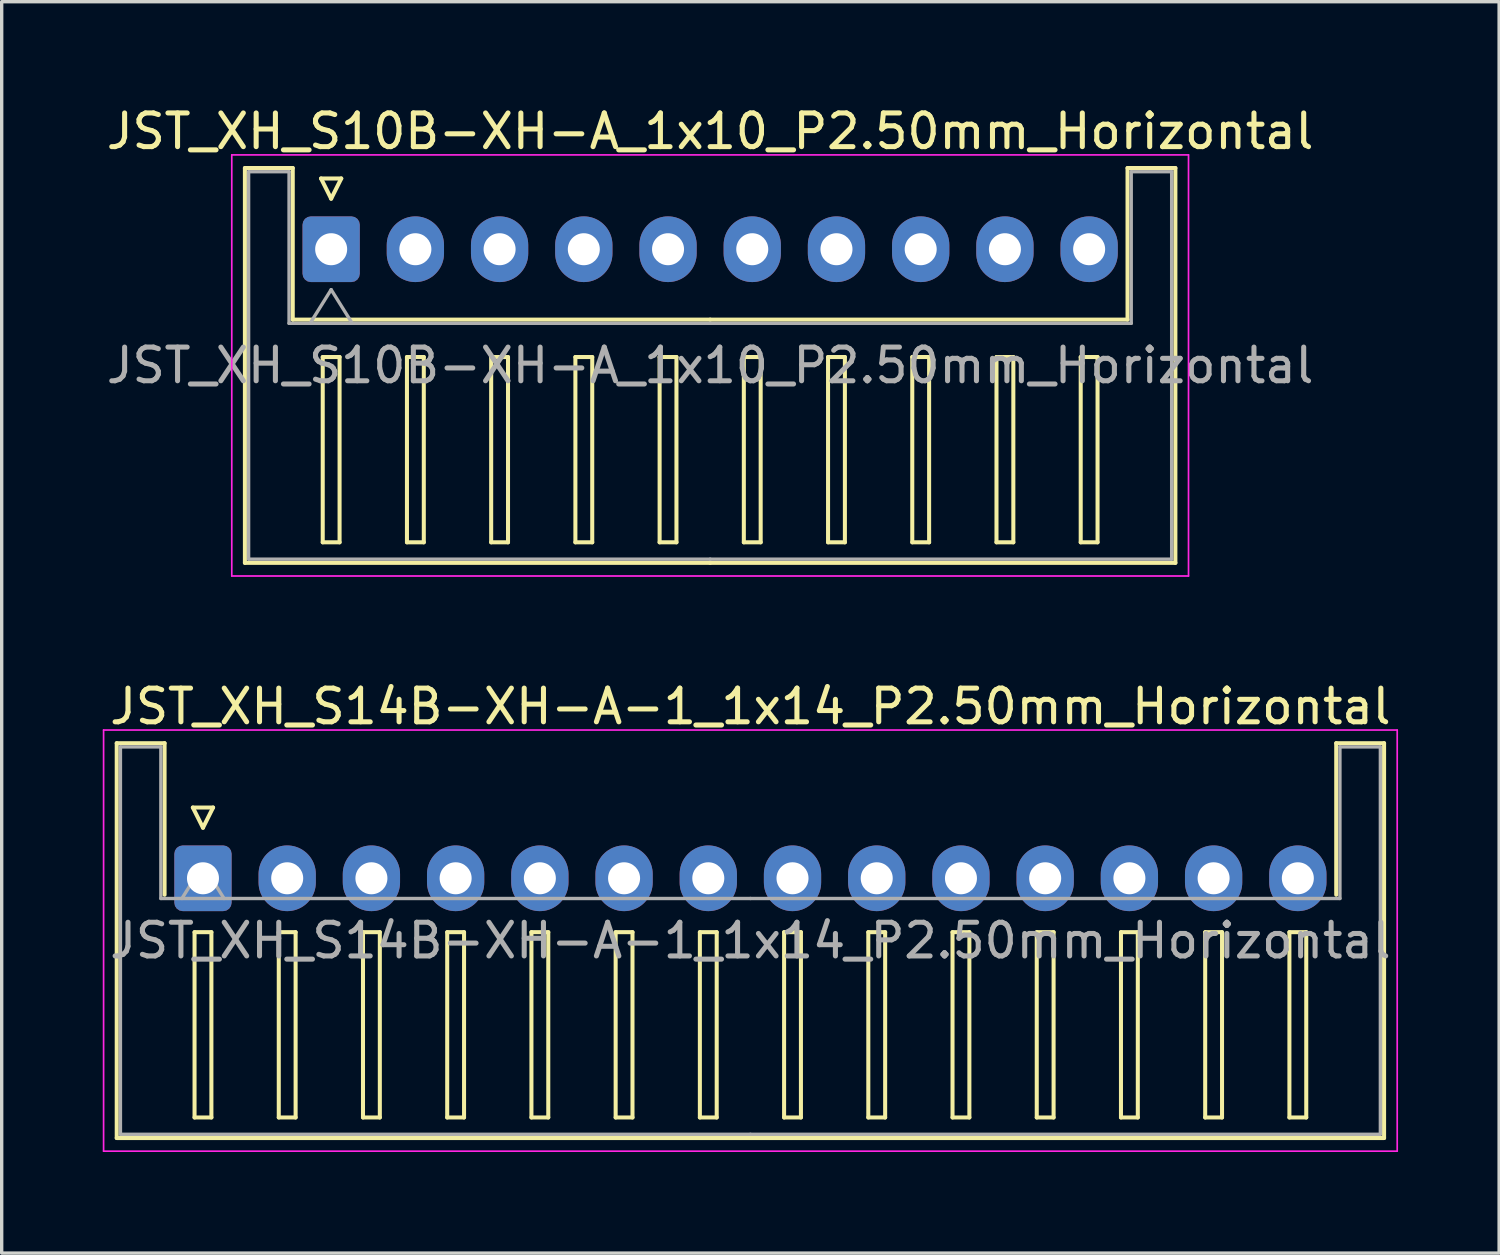
<source format=kicad_pcb>
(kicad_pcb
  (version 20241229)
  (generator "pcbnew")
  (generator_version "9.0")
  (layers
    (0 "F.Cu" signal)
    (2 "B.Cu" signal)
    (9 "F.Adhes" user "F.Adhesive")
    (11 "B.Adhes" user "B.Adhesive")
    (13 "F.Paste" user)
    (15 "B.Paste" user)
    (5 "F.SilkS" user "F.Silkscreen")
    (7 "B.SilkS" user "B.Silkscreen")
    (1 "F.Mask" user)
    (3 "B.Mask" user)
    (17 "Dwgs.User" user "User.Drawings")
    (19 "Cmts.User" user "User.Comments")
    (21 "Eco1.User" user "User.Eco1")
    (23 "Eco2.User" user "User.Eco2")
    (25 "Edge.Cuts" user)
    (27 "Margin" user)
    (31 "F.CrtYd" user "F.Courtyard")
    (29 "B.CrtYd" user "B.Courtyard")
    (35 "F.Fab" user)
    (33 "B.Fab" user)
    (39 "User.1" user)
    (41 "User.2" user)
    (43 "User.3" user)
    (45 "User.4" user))
  (footprint "JST_XH_S14B-XH-A-1_1x14_P2.50mm_Horizontal"
    (layer "F.Cu")
    (at 2.975 23.021)
    (property "Reference" "JST_XH_S14B-XH-A-1_1x14_P2.50mm_Horizontal" (at 16.25 -5.1 0) (layer "F.SilkS") (effects (font (size 1 1) (thickness 0.15))))
    (attr through_hole)
    (fp_line (start -2.56 -4.01) (end -1.14 -4.01) (stroke (width 0.12) (type solid)) (layer "F.SilkS"))
    (fp_line (start -2.56 7.71) (end -2.56 -4.01) (stroke (width 0.12) (type solid)) (layer "F.SilkS"))
    (fp_line (start -1.14 -4.01) (end -1.14 0.49) (stroke (width 0.12) (type solid)) (layer "F.SilkS"))
    (fp_line (start -0.3 -2.1) (end 0.3 -2.1) (stroke (width 0.12) (type solid)) (layer "F.SilkS"))
    (fp_line (start -0.25 1.6) (end -0.25 7.1) (stroke (width 0.12) (type solid)) (layer "F.SilkS"))
    (fp_line (start -0.25 7.1) (end 0.25 7.1) (stroke (width 0.12) (type solid)) (layer "F.SilkS"))
    (fp_line (start 0 -1.5) (end -0.3 -2.1) (stroke (width 0.12) (type solid)) (layer "F.SilkS"))
    (fp_line (start 0.25 1.6) (end -0.25 1.6) (stroke (width 0.12) (type solid)) (layer "F.SilkS"))
    (fp_line (start 0.25 7.1) (end 0.25 1.6) (stroke (width 0.12) (type solid)) (layer "F.SilkS"))
    (fp_line (start 0.3 -2.1) (end 0 -1.5) (stroke (width 0.12) (type solid)) (layer "F.SilkS"))
    (fp_line (start 2.25 1.6) (end 2.25 7.1) (stroke (width 0.12) (type solid)) (layer "F.SilkS"))
    (fp_line (start 2.25 7.1) (end 2.75 7.1) (stroke (width 0.12) (type solid)) (layer "F.SilkS"))
    (fp_line (start 2.75 1.6) (end 2.25 1.6) (stroke (width 0.12) (type solid)) (layer "F.SilkS"))
    (fp_line (start 2.75 7.1) (end 2.75 1.6) (stroke (width 0.12) (type solid)) (layer "F.SilkS"))
    (fp_line (start 4.75 1.6) (end 4.75 7.1) (stroke (width 0.12) (type solid)) (layer "F.SilkS"))
    (fp_line (start 4.75 7.1) (end 5.25 7.1) (stroke (width 0.12) (type solid)) (layer "F.SilkS"))
    (fp_line (start 5.25 1.6) (end 4.75 1.6) (stroke (width 0.12) (type solid)) (layer "F.SilkS"))
    (fp_line (start 5.25 7.1) (end 5.25 1.6) (stroke (width 0.12) (type solid)) (layer "F.SilkS"))
    (fp_line (start 7.25 1.6) (end 7.25 7.1) (stroke (width 0.12) (type solid)) (layer "F.SilkS"))
    (fp_line (start 7.25 7.1) (end 7.75 7.1) (stroke (width 0.12) (type solid)) (layer "F.SilkS"))
    (fp_line (start 7.75 1.6) (end 7.25 1.6) (stroke (width 0.12) (type solid)) (layer "F.SilkS"))
    (fp_line (start 7.75 7.1) (end 7.75 1.6) (stroke (width 0.12) (type solid)) (layer "F.SilkS"))
    (fp_line (start 9.75 1.6) (end 9.75 7.1) (stroke (width 0.12) (type solid)) (layer "F.SilkS"))
    (fp_line (start 9.75 7.1) (end 10.25 7.1) (stroke (width 0.12) (type solid)) (layer "F.SilkS"))
    (fp_line (start 10.25 1.6) (end 9.75 1.6) (stroke (width 0.12) (type solid)) (layer "F.SilkS"))
    (fp_line (start 10.25 7.1) (end 10.25 1.6) (stroke (width 0.12) (type solid)) (layer "F.SilkS"))
    (fp_line (start 12.25 1.6) (end 12.25 7.1) (stroke (width 0.12) (type solid)) (layer "F.SilkS"))
    (fp_line (start 12.25 7.1) (end 12.75 7.1) (stroke (width 0.12) (type solid)) (layer "F.SilkS"))
    (fp_line (start 12.75 1.6) (end 12.25 1.6) (stroke (width 0.12) (type solid)) (layer "F.SilkS"))
    (fp_line (start 12.75 7.1) (end 12.75 1.6) (stroke (width 0.12) (type solid)) (layer "F.SilkS"))
    (fp_line (start 14.75 1.6) (end 14.75 7.1) (stroke (width 0.12) (type solid)) (layer "F.SilkS"))
    (fp_line (start 14.75 7.1) (end 15.25 7.1) (stroke (width 0.12) (type solid)) (layer "F.SilkS"))
    (fp_line (start 15.25 1.6) (end 14.75 1.6) (stroke (width 0.12) (type solid)) (layer "F.SilkS"))
    (fp_line (start 15.25 7.1) (end 15.25 1.6) (stroke (width 0.12) (type solid)) (layer "F.SilkS"))
    (fp_line (start 16.25 7.71) (end -2.56 7.71) (stroke (width 0.12) (type solid)) (layer "F.SilkS"))
    (fp_line (start 16.25 7.71) (end 35.06 7.71) (stroke (width 0.12) (type solid)) (layer "F.SilkS"))
    (fp_line (start 17.25 1.6) (end 17.25 7.1) (stroke (width 0.12) (type solid)) (layer "F.SilkS"))
    (fp_line (start 17.25 7.1) (end 17.75 7.1) (stroke (width 0.12) (type solid)) (layer "F.SilkS"))
    (fp_line (start 17.75 1.6) (end 17.25 1.6) (stroke (width 0.12) (type solid)) (layer "F.SilkS"))
    (fp_line (start 17.75 7.1) (end 17.75 1.6) (stroke (width 0.12) (type solid)) (layer "F.SilkS"))
    (fp_line (start 19.75 1.6) (end 19.75 7.1) (stroke (width 0.12) (type solid)) (layer "F.SilkS"))
    (fp_line (start 19.75 7.1) (end 20.25 7.1) (stroke (width 0.12) (type solid)) (layer "F.SilkS"))
    (fp_line (start 20.25 1.6) (end 19.75 1.6) (stroke (width 0.12) (type solid)) (layer "F.SilkS"))
    (fp_line (start 20.25 7.1) (end 20.25 1.6) (stroke (width 0.12) (type solid)) (layer "F.SilkS"))
    (fp_line (start 22.25 1.6) (end 22.25 7.1) (stroke (width 0.12) (type solid)) (layer "F.SilkS"))
    (fp_line (start 22.25 7.1) (end 22.75 7.1) (stroke (width 0.12) (type solid)) (layer "F.SilkS"))
    (fp_line (start 22.75 1.6) (end 22.25 1.6) (stroke (width 0.12) (type solid)) (layer "F.SilkS"))
    (fp_line (start 22.75 7.1) (end 22.75 1.6) (stroke (width 0.12) (type solid)) (layer "F.SilkS"))
    (fp_line (start 24.75 1.6) (end 24.75 7.1) (stroke (width 0.12) (type solid)) (layer "F.SilkS"))
    (fp_line (start 24.75 7.1) (end 25.25 7.1) (stroke (width 0.12) (type solid)) (layer "F.SilkS"))
    (fp_line (start 25.25 1.6) (end 24.75 1.6) (stroke (width 0.12) (type solid)) (layer "F.SilkS"))
    (fp_line (start 25.25 7.1) (end 25.25 1.6) (stroke (width 0.12) (type solid)) (layer "F.SilkS"))
    (fp_line (start 27.25 1.6) (end 27.25 7.1) (stroke (width 0.12) (type solid)) (layer "F.SilkS"))
    (fp_line (start 27.25 7.1) (end 27.75 7.1) (stroke (width 0.12) (type solid)) (layer "F.SilkS"))
    (fp_line (start 27.75 1.6) (end 27.25 1.6) (stroke (width 0.12) (type solid)) (layer "F.SilkS"))
    (fp_line (start 27.75 7.1) (end 27.75 1.6) (stroke (width 0.12) (type solid)) (layer "F.SilkS"))
    (fp_line (start 29.75 1.6) (end 29.75 7.1) (stroke (width 0.12) (type solid)) (layer "F.SilkS"))
    (fp_line (start 29.75 7.1) (end 30.25 7.1) (stroke (width 0.12) (type solid)) (layer "F.SilkS"))
    (fp_line (start 30.25 1.6) (end 29.75 1.6) (stroke (width 0.12) (type solid)) (layer "F.SilkS"))
    (fp_line (start 30.25 7.1) (end 30.25 1.6) (stroke (width 0.12) (type solid)) (layer "F.SilkS"))
    (fp_line (start 32.25 1.6) (end 32.25 7.1) (stroke (width 0.12) (type solid)) (layer "F.SilkS"))
    (fp_line (start 32.25 7.1) (end 32.75 7.1) (stroke (width 0.12) (type solid)) (layer "F.SilkS"))
    (fp_line (start 32.75 1.6) (end 32.25 1.6) (stroke (width 0.12) (type solid)) (layer "F.SilkS"))
    (fp_line (start 32.75 7.1) (end 32.75 1.6) (stroke (width 0.12) (type solid)) (layer "F.SilkS"))
    (fp_line (start 33.64 -4.01) (end 33.64 0.49) (stroke (width 0.12) (type solid)) (layer "F.SilkS"))
    (fp_line (start 35.06 -4.01) (end 33.64 -4.01) (stroke (width 0.12) (type solid)) (layer "F.SilkS"))
    (fp_line (start 35.06 7.71) (end 35.06 -4.01) (stroke (width 0.12) (type solid)) (layer "F.SilkS"))
    (fp_line (start -2.95 -4.4) (end -2.95 8.1) (stroke (width 0.05) (type solid)) (layer "F.CrtYd"))
    (fp_line (start -2.95 8.1) (end 35.45 8.1) (stroke (width 0.05) (type solid)) (layer "F.CrtYd"))
    (fp_line (start 35.45 -4.4) (end -2.95 -4.4) (stroke (width 0.05) (type solid)) (layer "F.CrtYd"))
    (fp_line (start 35.45 8.1) (end 35.45 -4.4) (stroke (width 0.05) (type solid)) (layer "F.CrtYd"))
    (fp_line (start -2.45 -3.9) (end -1.25 -3.9) (stroke (width 0.1) (type solid)) (layer "F.Fab"))
    (fp_line (start -2.45 7.6) (end -2.45 -3.9) (stroke (width 0.1) (type solid)) (layer "F.Fab"))
    (fp_line (start -1.25 -3.9) (end -1.25 0.6) (stroke (width 0.1) (type solid)) (layer "F.Fab"))
    (fp_line (start -1.25 0.6) (end 16.25 0.6) (stroke (width 0.1) (type solid)) (layer "F.Fab"))
    (fp_line (start -0.625 0.6) (end 0 -0.4) (stroke (width 0.1) (type solid)) (layer "F.Fab"))
    (fp_line (start 0 -0.4) (end 0.625 0.6) (stroke (width 0.1) (type solid)) (layer "F.Fab"))
    (fp_line (start 16.25 7.6) (end -2.45 7.6) (stroke (width 0.1) (type solid)) (layer "F.Fab"))
    (fp_line (start 16.25 7.6) (end 34.95 7.6) (stroke (width 0.1) (type solid)) (layer "F.Fab"))
    (fp_line (start 33.75 -3.9) (end 33.75 0.6) (stroke (width 0.1) (type solid)) (layer "F.Fab"))
    (fp_line (start 33.75 0.6) (end 16.25 0.6) (stroke (width 0.1) (type solid)) (layer "F.Fab"))
    (fp_line (start 34.95 -3.9) (end 33.75 -3.9) (stroke (width 0.1) (type solid)) (layer "F.Fab"))
    (fp_line (start 34.95 7.6) (end 34.95 -3.9) (stroke (width 0.1) (type solid)) (layer "F.Fab"))
    (fp_text user "${REFERENCE}" (at 16.25 1.85 0) (layer "F.Fab") (effects (font (size 1 1) (thickness 0.15))))
    (pad "1" thru_hole roundrect (at 0 0) (size 1.7 1.95) (drill 0.95) (layers "*.Cu" "*.Mask") (roundrect_rratio 0.147))
    (pad "2" thru_hole oval (at 2.5 0) (size 1.7 1.95) (drill 0.95) (layers "*.Cu" "*.Mask"))
    (pad "3" thru_hole oval (at 5 0) (size 1.7 1.95) (drill 0.95) (layers "*.Cu" "*.Mask"))
    (pad "4" thru_hole oval (at 7.5 0) (size 1.7 1.95) (drill 0.95) (layers "*.Cu" "*.Mask"))
    (pad "5" thru_hole oval (at 10 0) (size 1.7 1.95) (drill 0.95) (layers "*.Cu" "*.Mask"))
    (pad "6" thru_hole oval (at 12.5 0) (size 1.7 1.95) (drill 0.95) (layers "*.Cu" "*.Mask"))
    (pad "7" thru_hole oval (at 15 0) (size 1.7 1.95) (drill 0.95) (layers "*.Cu" "*.Mask"))
    (pad "8" thru_hole oval (at 17.5 0) (size 1.7 1.95) (drill 0.95) (layers "*.Cu" "*.Mask"))
    (pad "9" thru_hole oval (at 20 0) (size 1.7 1.95) (drill 0.95) (layers "*.Cu" "*.Mask"))
    (pad "10" thru_hole oval (at 22.5 0) (size 1.7 1.95) (drill 0.95) (layers "*.Cu" "*.Mask"))
    (pad "11" thru_hole oval (at 25 0) (size 1.7 1.95) (drill 0.95) (layers "*.Cu" "*.Mask"))
    (pad "12" thru_hole oval (at 27.5 0) (size 1.7 1.95) (drill 0.95) (layers "*.Cu" "*.Mask"))
    (pad "13" thru_hole oval (at 30 0) (size 1.7 1.95) (drill 0.95) (layers "*.Cu" "*.Mask"))
    (pad "14" thru_hole oval (at 32.5 0) (size 1.7 1.95) (drill 0.95) (layers "*.Cu" "*.Mask")))
  (footprint "JST_XH_S10B-XH-A_1x10_P2.50mm_Horizontal"
    (layer "F.Cu")
    (at 6.78 4.348)
    (property "Reference" "JST_XH_S10B-XH-A_1x10_P2.50mm_Horizontal" (at 11.25 -3.5 0) (layer "F.SilkS") (effects (font (size 1 1) (thickness 0.15))))
    (attr through_hole)
    (fp_line (start -2.56 -2.41) (end -1.14 -2.41) (stroke (width 0.12) (type solid)) (layer "F.SilkS"))
    (fp_line (start -2.56 9.31) (end -2.56 -2.41) (stroke (width 0.12) (type solid)) (layer "F.SilkS"))
    (fp_line (start -1.14 -2.41) (end -1.14 2.09) (stroke (width 0.12) (type solid)) (layer "F.SilkS"))
    (fp_line (start -1.14 2.09) (end 11.25 2.09) (stroke (width 0.12) (type solid)) (layer "F.SilkS"))
    (fp_line (start -0.3 -2.1) (end 0.3 -2.1) (stroke (width 0.12) (type solid)) (layer "F.SilkS"))
    (fp_line (start -0.25 3.2) (end -0.25 8.7) (stroke (width 0.12) (type solid)) (layer "F.SilkS"))
    (fp_line (start -0.25 8.7) (end 0.25 8.7) (stroke (width 0.12) (type solid)) (layer "F.SilkS"))
    (fp_line (start 0 -1.5) (end -0.3 -2.1) (stroke (width 0.12) (type solid)) (layer "F.SilkS"))
    (fp_line (start 0.25 3.2) (end -0.25 3.2) (stroke (width 0.12) (type solid)) (layer "F.SilkS"))
    (fp_line (start 0.25 8.7) (end 0.25 3.2) (stroke (width 0.12) (type solid)) (layer "F.SilkS"))
    (fp_line (start 0.3 -2.1) (end 0 -1.5) (stroke (width 0.12) (type solid)) (layer "F.SilkS"))
    (fp_line (start 2.25 3.2) (end 2.25 8.7) (stroke (width 0.12) (type solid)) (layer "F.SilkS"))
    (fp_line (start 2.25 8.7) (end 2.75 8.7) (stroke (width 0.12) (type solid)) (layer "F.SilkS"))
    (fp_line (start 2.75 3.2) (end 2.25 3.2) (stroke (width 0.12) (type solid)) (layer "F.SilkS"))
    (fp_line (start 2.75 8.7) (end 2.75 3.2) (stroke (width 0.12) (type solid)) (layer "F.SilkS"))
    (fp_line (start 4.75 3.2) (end 4.75 8.7) (stroke (width 0.12) (type solid)) (layer "F.SilkS"))
    (fp_line (start 4.75 8.7) (end 5.25 8.7) (stroke (width 0.12) (type solid)) (layer "F.SilkS"))
    (fp_line (start 5.25 3.2) (end 4.75 3.2) (stroke (width 0.12) (type solid)) (layer "F.SilkS"))
    (fp_line (start 5.25 8.7) (end 5.25 3.2) (stroke (width 0.12) (type solid)) (layer "F.SilkS"))
    (fp_line (start 7.25 3.2) (end 7.25 8.7) (stroke (width 0.12) (type solid)) (layer "F.SilkS"))
    (fp_line (start 7.25 8.7) (end 7.75 8.7) (stroke (width 0.12) (type solid)) (layer "F.SilkS"))
    (fp_line (start 7.75 3.2) (end 7.25 3.2) (stroke (width 0.12) (type solid)) (layer "F.SilkS"))
    (fp_line (start 7.75 8.7) (end 7.75 3.2) (stroke (width 0.12) (type solid)) (layer "F.SilkS"))
    (fp_line (start 9.75 3.2) (end 9.75 8.7) (stroke (width 0.12) (type solid)) (layer "F.SilkS"))
    (fp_line (start 9.75 8.7) (end 10.25 8.7) (stroke (width 0.12) (type solid)) (layer "F.SilkS"))
    (fp_line (start 10.25 3.2) (end 9.75 3.2) (stroke (width 0.12) (type solid)) (layer "F.SilkS"))
    (fp_line (start 10.25 8.7) (end 10.25 3.2) (stroke (width 0.12) (type solid)) (layer "F.SilkS"))
    (fp_line (start 11.25 9.31) (end -2.56 9.31) (stroke (width 0.12) (type solid)) (layer "F.SilkS"))
    (fp_line (start 11.25 9.31) (end 25.06 9.31) (stroke (width 0.12) (type solid)) (layer "F.SilkS"))
    (fp_line (start 12.25 3.2) (end 12.25 8.7) (stroke (width 0.12) (type solid)) (layer "F.SilkS"))
    (fp_line (start 12.25 8.7) (end 12.75 8.7) (stroke (width 0.12) (type solid)) (layer "F.SilkS"))
    (fp_line (start 12.75 3.2) (end 12.25 3.2) (stroke (width 0.12) (type solid)) (layer "F.SilkS"))
    (fp_line (start 12.75 8.7) (end 12.75 3.2) (stroke (width 0.12) (type solid)) (layer "F.SilkS"))
    (fp_line (start 14.75 3.2) (end 14.75 8.7) (stroke (width 0.12) (type solid)) (layer "F.SilkS"))
    (fp_line (start 14.75 8.7) (end 15.25 8.7) (stroke (width 0.12) (type solid)) (layer "F.SilkS"))
    (fp_line (start 15.25 3.2) (end 14.75 3.2) (stroke (width 0.12) (type solid)) (layer "F.SilkS"))
    (fp_line (start 15.25 8.7) (end 15.25 3.2) (stroke (width 0.12) (type solid)) (layer "F.SilkS"))
    (fp_line (start 17.25 3.2) (end 17.25 8.7) (stroke (width 0.12) (type solid)) (layer "F.SilkS"))
    (fp_line (start 17.25 8.7) (end 17.75 8.7) (stroke (width 0.12) (type solid)) (layer "F.SilkS"))
    (fp_line (start 17.75 3.2) (end 17.25 3.2) (stroke (width 0.12) (type solid)) (layer "F.SilkS"))
    (fp_line (start 17.75 8.7) (end 17.75 3.2) (stroke (width 0.12) (type solid)) (layer "F.SilkS"))
    (fp_line (start 19.75 3.2) (end 19.75 8.7) (stroke (width 0.12) (type solid)) (layer "F.SilkS"))
    (fp_line (start 19.75 8.7) (end 20.25 8.7) (stroke (width 0.12) (type solid)) (layer "F.SilkS"))
    (fp_line (start 20.25 3.2) (end 19.75 3.2) (stroke (width 0.12) (type solid)) (layer "F.SilkS"))
    (fp_line (start 20.25 8.7) (end 20.25 3.2) (stroke (width 0.12) (type solid)) (layer "F.SilkS"))
    (fp_line (start 22.25 3.2) (end 22.25 8.7) (stroke (width 0.12) (type solid)) (layer "F.SilkS"))
    (fp_line (start 22.25 8.7) (end 22.75 8.7) (stroke (width 0.12) (type solid)) (layer "F.SilkS"))
    (fp_line (start 22.75 3.2) (end 22.25 3.2) (stroke (width 0.12) (type solid)) (layer "F.SilkS"))
    (fp_line (start 22.75 8.7) (end 22.75 3.2) (stroke (width 0.12) (type solid)) (layer "F.SilkS"))
    (fp_line (start 23.64 -2.41) (end 23.64 2.09) (stroke (width 0.12) (type solid)) (layer "F.SilkS"))
    (fp_line (start 23.64 2.09) (end 11.25 2.09) (stroke (width 0.12) (type solid)) (layer "F.SilkS"))
    (fp_line (start 25.06 -2.41) (end 23.64 -2.41) (stroke (width 0.12) (type solid)) (layer "F.SilkS"))
    (fp_line (start 25.06 9.31) (end 25.06 -2.41) (stroke (width 0.12) (type solid)) (layer "F.SilkS"))
    (fp_line (start -2.95 -2.8) (end -2.95 9.7) (stroke (width 0.05) (type solid)) (layer "F.CrtYd"))
    (fp_line (start -2.95 9.7) (end 25.45 9.7) (stroke (width 0.05) (type solid)) (layer "F.CrtYd"))
    (fp_line (start 25.45 -2.8) (end -2.95 -2.8) (stroke (width 0.05) (type solid)) (layer "F.CrtYd"))
    (fp_line (start 25.45 9.7) (end 25.45 -2.8) (stroke (width 0.05) (type solid)) (layer "F.CrtYd"))
    (fp_line (start -2.45 -2.3) (end -1.25 -2.3) (stroke (width 0.1) (type solid)) (layer "F.Fab"))
    (fp_line (start -2.45 9.2) (end -2.45 -2.3) (stroke (width 0.1) (type solid)) (layer "F.Fab"))
    (fp_line (start -1.25 -2.3) (end -1.25 2.2) (stroke (width 0.1) (type solid)) (layer "F.Fab"))
    (fp_line (start -1.25 2.2) (end 11.25 2.2) (stroke (width 0.1) (type solid)) (layer "F.Fab"))
    (fp_line (start -0.625 2.2) (end 0 1.2) (stroke (width 0.1) (type solid)) (layer "F.Fab"))
    (fp_line (start 0 1.2) (end 0.625 2.2) (stroke (width 0.1) (type solid)) (layer "F.Fab"))
    (fp_line (start 11.25 9.2) (end -2.45 9.2) (stroke (width 0.1) (type solid)) (layer "F.Fab"))
    (fp_line (start 11.25 9.2) (end 24.95 9.2) (stroke (width 0.1) (type solid)) (layer "F.Fab"))
    (fp_line (start 23.75 -2.3) (end 23.75 2.2) (stroke (width 0.1) (type solid)) (layer "F.Fab"))
    (fp_line (start 23.75 2.2) (end 11.25 2.2) (stroke (width 0.1) (type solid)) (layer "F.Fab"))
    (fp_line (start 24.95 -2.3) (end 23.75 -2.3) (stroke (width 0.1) (type solid)) (layer "F.Fab"))
    (fp_line (start 24.95 9.2) (end 24.95 -2.3) (stroke (width 0.1) (type solid)) (layer "F.Fab"))
    (fp_text user "${REFERENCE}" (at 11.25 3.45 0) (layer "F.Fab") (effects (font (size 1 1) (thickness 0.15))))
    (pad "1" thru_hole roundrect (at 0 0) (size 1.7 1.95) (drill 0.95) (layers "*.Cu" "*.Mask") (roundrect_rratio 0.147))
    (pad "2" thru_hole oval (at 2.5 0) (size 1.7 1.95) (drill 0.95) (layers "*.Cu" "*.Mask"))
    (pad "3" thru_hole oval (at 5 0) (size 1.7 1.95) (drill 0.95) (layers "*.Cu" "*.Mask"))
    (pad "4" thru_hole oval (at 7.5 0) (size 1.7 1.95) (drill 0.95) (layers "*.Cu" "*.Mask"))
    (pad "5" thru_hole oval (at 10 0) (size 1.7 1.95) (drill 0.95) (layers "*.Cu" "*.Mask"))
    (pad "6" thru_hole oval (at 12.5 0) (size 1.7 1.95) (drill 0.95) (layers "*.Cu" "*.Mask"))
    (pad "7" thru_hole oval (at 15 0) (size 1.7 1.95) (drill 0.95) (layers "*.Cu" "*.Mask"))
    (pad "8" thru_hole oval (at 17.5 0) (size 1.7 1.95) (drill 0.95) (layers "*.Cu" "*.Mask"))
    (pad "9" thru_hole oval (at 20 0) (size 1.7 1.95) (drill 0.95) (layers "*.Cu" "*.Mask"))
    (pad "10" thru_hole oval (at 22.5 0) (size 1.7 1.95) (drill 0.95) (layers "*.Cu" "*.Mask")))
  (gr_rect
    (start -3 -3)
    (end 41.45 34.147)
    (stroke (width 0.1) (type default))
    (fill no)
    (layer "Edge.Cuts")))
</source>
